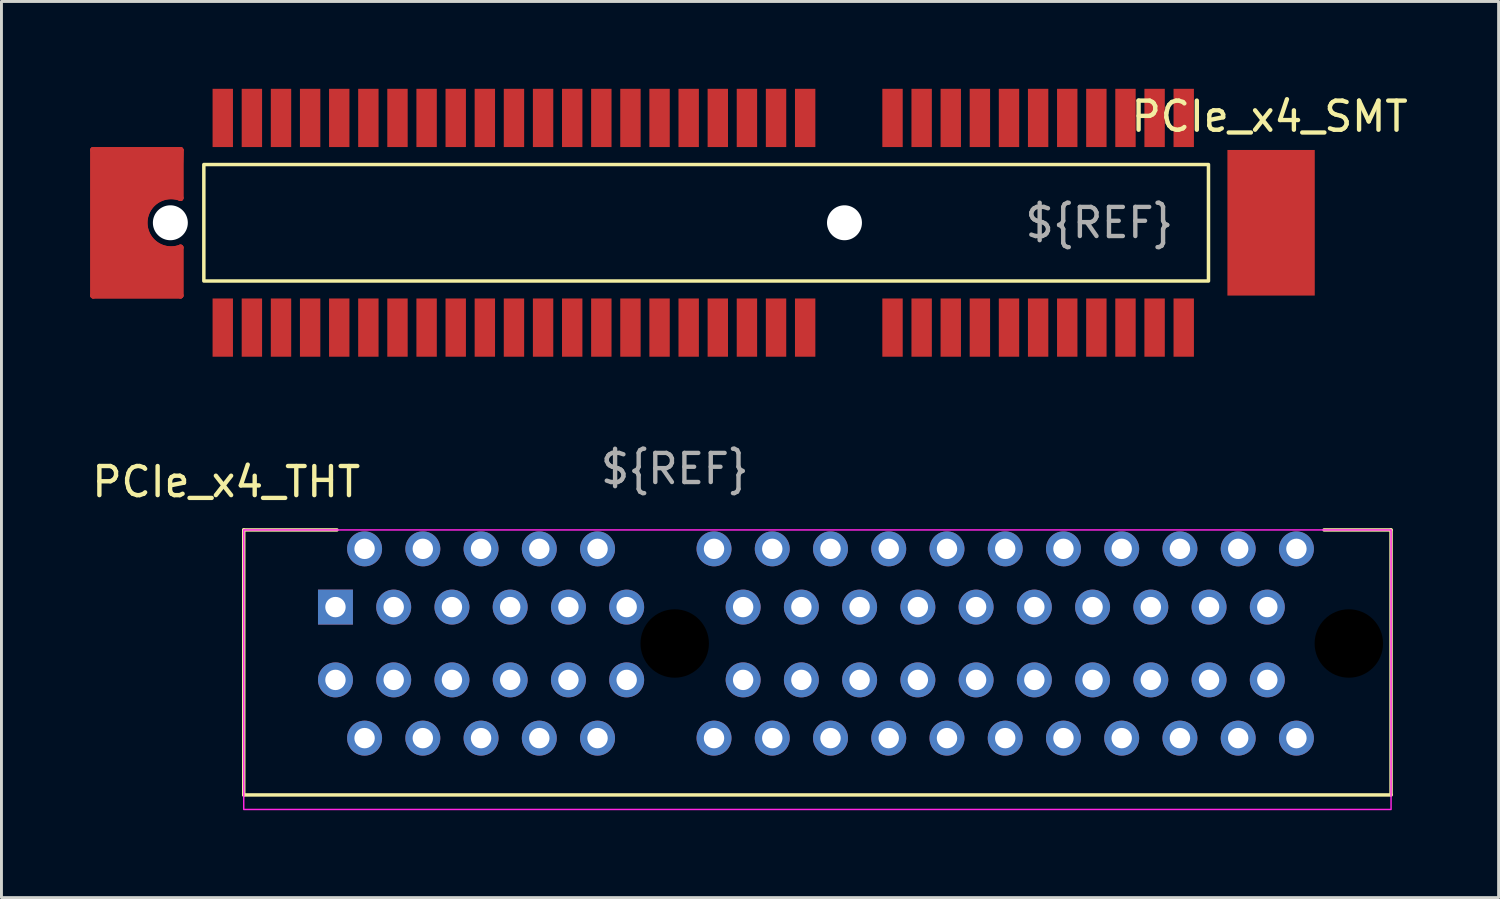
<source format=kicad_pcb>
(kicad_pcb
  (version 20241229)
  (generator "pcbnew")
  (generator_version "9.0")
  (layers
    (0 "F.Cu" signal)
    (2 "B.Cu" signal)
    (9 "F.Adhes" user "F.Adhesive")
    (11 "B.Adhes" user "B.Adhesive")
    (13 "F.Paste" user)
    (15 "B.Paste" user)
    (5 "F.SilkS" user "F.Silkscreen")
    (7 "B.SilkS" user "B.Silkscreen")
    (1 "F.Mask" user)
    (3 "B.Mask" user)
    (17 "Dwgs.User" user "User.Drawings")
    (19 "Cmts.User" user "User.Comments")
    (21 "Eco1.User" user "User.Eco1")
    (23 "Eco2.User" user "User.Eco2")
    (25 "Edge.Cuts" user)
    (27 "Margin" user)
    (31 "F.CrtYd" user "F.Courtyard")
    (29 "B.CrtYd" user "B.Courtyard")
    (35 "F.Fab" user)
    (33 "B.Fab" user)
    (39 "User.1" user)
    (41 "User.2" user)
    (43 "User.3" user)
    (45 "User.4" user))
  (footprint "PCIe_x4_THT"
    (layer "F.Cu")
    (at 20.12 19.048)
    (property "Reference" "PCIe_x4_THT" (at -15.4 -5.55 0) (unlocked yes) (layer "F.SilkS") (effects (font (size 1 1) (thickness 0.15))))
    (fp_line (start -14.8 -3.9) (end -14.8 5.2) (stroke (width 0.12) (type solid)) (layer "F.SilkS"))
    (fp_line (start -14.8 -3.9) (end -11.6 -3.9) (stroke (width 0.12) (type solid)) (layer "F.SilkS"))
    (fp_line (start -14.8 5.2) (end 24.6 5.2) (stroke (width 0.12) (type solid)) (layer "F.SilkS"))
    (fp_line (start 24.6 -3.9) (end 22.3 -3.9) (stroke (width 0.12) (type solid)) (layer "F.SilkS"))
    (fp_line (start 24.6 5.2) (end 24.6 -3.9) (stroke (width 0.12) (type solid)) (layer "F.SilkS"))
    (fp_rect (start -14.8 5.7) (end 24.6 -3.9) (stroke (width 0.05) (type solid)) (fill no) (layer "F.CrtYd"))
    (fp_text user "${REF}" (at 0 -6 0) (unlocked yes) (layer "F.Fab") (effects (font (size 1 1) (thickness 0.15))))
    (pad "" np_thru_hole circle (at 0 0) (size 2.35 2.35) (drill 2.35) (layers "*.Mask"))
    (pad "" np_thru_hole circle (at 23.15 0) (size 2.35 2.35) (drill 2.35) (layers "*.Mask"))
    (pad "A1" thru_hole rect (at -11.65 -1.25) (size 1.2 1.2) (drill 0.7) (layers "*.Cu" "*.Mask"))
    (pad "A2" thru_hole circle (at -10.65 -3.25) (size 1.2 1.2) (drill 0.7) (layers "*.Cu" "*.Mask"))
    (pad "A3" thru_hole circle (at -9.65 -1.25) (size 1.2 1.2) (drill 0.7) (layers "*.Cu" "*.Mask"))
    (pad "A4" thru_hole circle (at -8.65 -3.25) (size 1.2 1.2) (drill 0.7) (layers "*.Cu" "*.Mask"))
    (pad "A5" thru_hole circle (at -7.65 -1.25) (size 1.2 1.2) (drill 0.7) (layers "*.Cu" "*.Mask"))
    (pad "A6" thru_hole circle (at -6.65 -3.25) (size 1.2 1.2) (drill 0.7) (layers "*.Cu" "*.Mask"))
    (pad "A7" thru_hole circle (at -5.65 -1.25) (size 1.2 1.2) (drill 0.7) (layers "*.Cu" "*.Mask"))
    (pad "A8" thru_hole circle (at -4.65 -3.25) (size 1.2 1.2) (drill 0.7) (layers "*.Cu" "*.Mask"))
    (pad "A9" thru_hole circle (at -3.65 -1.25) (size 1.2 1.2) (drill 0.7) (layers "*.Cu" "*.Mask"))
    (pad "A10" thru_hole circle (at -2.65 -3.25) (size 1.2 1.2) (drill 0.7) (layers "*.Cu" "*.Mask"))
    (pad "A11" thru_hole circle (at -1.65 -1.25) (size 1.2 1.2) (drill 0.7) (layers "*.Cu" "*.Mask"))
    (pad "A12" thru_hole circle (at 1.35 -3.25) (size 1.2 1.2) (drill 0.7) (layers "*.Cu" "*.Mask"))
    (pad "A13" thru_hole circle (at 2.35 -1.25) (size 1.2 1.2) (drill 0.7) (layers "*.Cu" "*.Mask"))
    (pad "A14" thru_hole circle (at 3.35 -3.25) (size 1.2 1.2) (drill 0.7) (layers "*.Cu" "*.Mask"))
    (pad "A15" thru_hole circle (at 4.35 -1.25) (size 1.2 1.2) (drill 0.7) (layers "*.Cu" "*.Mask"))
    (pad "A16" thru_hole circle (at 5.35 -3.25) (size 1.2 1.2) (drill 0.7) (layers "*.Cu" "*.Mask"))
    (pad "A17" thru_hole circle (at 6.35 -1.25) (size 1.2 1.2) (drill 0.7) (layers "*.Cu" "*.Mask"))
    (pad "A18" thru_hole circle (at 7.35 -3.25) (size 1.2 1.2) (drill 0.7) (layers "*.Cu" "*.Mask"))
    (pad "A19" thru_hole circle (at 8.35 -1.25) (size 1.2 1.2) (drill 0.7) (layers "*.Cu" "*.Mask"))
    (pad "A20" thru_hole circle (at 9.35 -3.25) (size 1.2 1.2) (drill 0.7) (layers "*.Cu" "*.Mask"))
    (pad "A21" thru_hole circle (at 10.35 -1.25) (size 1.2 1.2) (drill 0.7) (layers "*.Cu" "*.Mask"))
    (pad "A22" thru_hole circle (at 11.35 -3.25) (size 1.2 1.2) (drill 0.7) (layers "*.Cu" "*.Mask"))
    (pad "A23" thru_hole circle (at 12.35 -1.25) (size 1.2 1.2) (drill 0.7) (layers "*.Cu" "*.Mask"))
    (pad "A24" thru_hole circle (at 13.35 -3.25) (size 1.2 1.2) (drill 0.7) (layers "*.Cu" "*.Mask"))
    (pad "A25" thru_hole circle (at 14.35 -1.25) (size 1.2 1.2) (drill 0.7) (layers "*.Cu" "*.Mask"))
    (pad "A26" thru_hole circle (at 15.35 -3.25) (size 1.2 1.2) (drill 0.7) (layers "*.Cu" "*.Mask"))
    (pad "A27" thru_hole circle (at 16.35 -1.25) (size 1.2 1.2) (drill 0.7) (layers "*.Cu" "*.Mask"))
    (pad "A28" thru_hole circle (at 17.35 -3.25) (size 1.2 1.2) (drill 0.7) (layers "*.Cu" "*.Mask"))
    (pad "A29" thru_hole circle (at 18.35 -1.25) (size 1.2 1.2) (drill 0.7) (layers "*.Cu" "*.Mask"))
    (pad "A30" thru_hole circle (at 19.35 -3.25) (size 1.2 1.2) (drill 0.7) (layers "*.Cu" "*.Mask"))
    (pad "A31" thru_hole circle (at 20.35 -1.25) (size 1.2 1.2) (drill 0.7) (layers "*.Cu" "*.Mask"))
    (pad "A32" thru_hole circle (at 21.35 -3.25) (size 1.2 1.2) (drill 0.7) (layers "*.Cu" "*.Mask"))
    (pad "B1" thru_hole circle (at -11.65 1.25) (size 1.2 1.2) (drill 0.7) (layers "*.Cu" "*.Mask"))
    (pad "B2" thru_hole circle (at -10.65 3.25) (size 1.2 1.2) (drill 0.7) (layers "*.Cu" "*.Mask"))
    (pad "B3" thru_hole circle (at -9.65 1.25) (size 1.2 1.2) (drill 0.7) (layers "*.Cu" "*.Mask"))
    (pad "B4" thru_hole circle (at -8.65 3.25) (size 1.2 1.2) (drill 0.7) (layers "*.Cu" "*.Mask"))
    (pad "B5" thru_hole circle (at -7.65 1.25) (size 1.2 1.2) (drill 0.7) (layers "*.Cu" "*.Mask"))
    (pad "B6" thru_hole circle (at -6.65 3.25) (size 1.2 1.2) (drill 0.7) (layers "*.Cu" "*.Mask"))
    (pad "B7" thru_hole circle (at -5.65 1.25) (size 1.2 1.2) (drill 0.7) (layers "*.Cu" "*.Mask"))
    (pad "B8" thru_hole circle (at -4.65 3.25) (size 1.2 1.2) (drill 0.7) (layers "*.Cu" "*.Mask"))
    (pad "B9" thru_hole circle (at -3.65 1.25) (size 1.2 1.2) (drill 0.7) (layers "*.Cu" "*.Mask"))
    (pad "B10" thru_hole circle (at -2.65 3.25) (size 1.2 1.2) (drill 0.7) (layers "*.Cu" "*.Mask"))
    (pad "B11" thru_hole circle (at -1.65 1.25) (size 1.2 1.2) (drill 0.7) (layers "*.Cu" "*.Mask"))
    (pad "B12" thru_hole circle (at 1.35 3.25) (size 1.2 1.2) (drill 0.7) (layers "*.Cu" "*.Mask"))
    (pad "B13" thru_hole circle (at 2.35 1.25) (size 1.2 1.2) (drill 0.7) (layers "*.Cu" "*.Mask"))
    (pad "B14" thru_hole circle (at 3.35 3.25) (size 1.2 1.2) (drill 0.7) (layers "*.Cu" "*.Mask"))
    (pad "B15" thru_hole circle (at 4.35 1.25) (size 1.2 1.2) (drill 0.7) (layers "*.Cu" "*.Mask"))
    (pad "B16" thru_hole circle (at 5.35 3.25) (size 1.2 1.2) (drill 0.7) (layers "*.Cu" "*.Mask"))
    (pad "B17" thru_hole circle (at 6.35 1.25) (size 1.2 1.2) (drill 0.7) (layers "*.Cu" "*.Mask"))
    (pad "B18" thru_hole circle (at 7.35 3.25) (size 1.2 1.2) (drill 0.7) (layers "*.Cu" "*.Mask"))
    (pad "B19" thru_hole circle (at 8.35 1.25) (size 1.2 1.2) (drill 0.7) (layers "*.Cu" "*.Mask"))
    (pad "B20" thru_hole circle (at 9.35 3.25) (size 1.2 1.2) (drill 0.7) (layers "*.Cu" "*.Mask"))
    (pad "B21" thru_hole circle (at 10.35 1.25) (size 1.2 1.2) (drill 0.7) (layers "*.Cu" "*.Mask"))
    (pad "B22" thru_hole circle (at 11.35 3.25) (size 1.2 1.2) (drill 0.7) (layers "*.Cu" "*.Mask"))
    (pad "B23" thru_hole circle (at 12.35 1.25) (size 1.2 1.2) (drill 0.7) (layers "*.Cu" "*.Mask"))
    (pad "B24" thru_hole circle (at 13.35 3.25) (size 1.2 1.2) (drill 0.7) (layers "*.Cu" "*.Mask"))
    (pad "B25" thru_hole circle (at 14.35 1.25) (size 1.2 1.2) (drill 0.7) (layers "*.Cu" "*.Mask"))
    (pad "B26" thru_hole circle (at 15.35 3.25) (size 1.2 1.2) (drill 0.7) (layers "*.Cu" "*.Mask"))
    (pad "B27" thru_hole circle (at 16.35 1.25) (size 1.2 1.2) (drill 0.7) (layers "*.Cu" "*.Mask"))
    (pad "B28" thru_hole circle (at 17.35 3.25) (size 1.2 1.2) (drill 0.7) (layers "*.Cu" "*.Mask"))
    (pad "B29" thru_hole circle (at 18.35 1.25) (size 1.2 1.2) (drill 0.7) (layers "*.Cu" "*.Mask"))
    (pad "B30" thru_hole circle (at 19.35 3.25) (size 1.2 1.2) (drill 0.7) (layers "*.Cu" "*.Mask"))
    (pad "B31" thru_hole circle (at 20.35 1.25) (size 1.2 1.2) (drill 0.7) (layers "*.Cu" "*.Mask"))
    (pad "B32" thru_hole circle (at 21.35 3.25) (size 1.2 1.2) (drill 0.7) (layers "*.Cu" "*.Mask")))
  (footprint "PCIe_x4_SMT"
    (layer "F.Cu")
    (at 25.95 4.6)
    (property "Reference" "PCIe_x4_SMT" (at 14.6 -3.65 0) (unlocked yes) (layer "F.SilkS") (effects (font (size 1 1) (thickness 0.15))))
    (fp_line (start -25.8 -2.5) (end -22.8 -2.5) (stroke (width 0.2) (type solid)) (layer "F.Cu"))
    (fp_line (start -25.8 -2.5) (end -22.8 -2.5) (stroke (width 0.2) (type solid)) (layer "F.Cu"))
    (fp_line (start -25.8 2.5) (end -25.8 -2.5) (stroke (width 0.2) (type solid)) (layer "F.Cu"))
    (fp_line (start -25.8 2.5) (end -25.8 -2.5) (stroke (width 0.2) (type solid)) (layer "F.Cu"))
    (fp_line (start -22.8 -2.5) (end -22.8 -0.85) (stroke (width 0.2) (type solid)) (layer "F.Cu"))
    (fp_line (start -22.8 -2.5) (end -22.8 -0.85) (stroke (width 0.2) (type solid)) (layer "F.Cu"))
    (fp_line (start -22.8 0.85) (end -22.8 2.5) (stroke (width 0.2) (type solid)) (layer "F.Cu"))
    (fp_line (start -22.8 0.85) (end -22.8 2.5) (stroke (width 0.2) (type solid)) (layer "F.Cu"))
    (fp_line (start -22.8 2.5) (end -25.8 2.5) (stroke (width 0.2) (type solid)) (layer "F.Cu"))
    (fp_line (start -22.8 2.5) (end -25.8 2.5) (stroke (width 0.2) (type solid)) (layer "F.Cu"))
    (fp_arc (start -22.800001 0.849997) (mid -24.034446 -0.000001) (end -22.8 -0.849999) (stroke (width 0.2) (type solid)) (layer "F.Cu"))
    (fp_arc (start -22.800001 0.849997) (mid -24.034446 -0.000001) (end -22.8 -0.849999) (stroke (width 0.2) (type solid)) (layer "F.Cu"))
    (fp_poly (pts (xy -22.8 -0.85) (xy -23.25 -0.95) (xy -23.898 -0.61) (xy -24.072 0.258) (xy -23.573 0.918) (xy -22.799 0.9) (xy -22.8 2.45) (xy -25.8 2.5) (xy -25.75 -2.5) (xy -22.75 -2.5)) (stroke (width 0.1) (type solid)) (fill yes) (layer "F.Cu"))
    (fp_poly (pts (xy -22.8 -0.85) (xy -23.25 -0.95) (xy -23.898 -0.61) (xy -24.072 0.258) (xy -23.573 0.918) (xy -22.799 0.9) (xy -22.8 2.45) (xy -25.8 2.5) (xy -25.75 -2.5) (xy -22.75 -2.5)) (stroke (width 0.1) (type solid)) (fill yes) (layer "F.Cu"))
    (fp_line (start -25.8 -2.5) (end -22.8 -2.5) (stroke (width 0.2) (type solid)) (layer "F.Mask"))
    (fp_line (start -25.8 2.5) (end -25.8 -2.5) (stroke (width 0.2) (type solid)) (layer "F.Mask"))
    (fp_line (start -22.8 -2.5) (end -22.8 -0.85) (stroke (width 0.2) (type solid)) (layer "F.Mask"))
    (fp_line (start -22.8 0.85) (end -22.8 2.5) (stroke (width 0.2) (type solid)) (layer "F.Mask"))
    (fp_line (start -22.8 2.5) (end -25.8 2.5) (stroke (width 0.2) (type solid)) (layer "F.Mask"))
    (fp_arc (start -22.799999 0.849995) (mid -24.034444 -0.000002) (end -22.8 -0.849999) (stroke (width 0.2) (type solid)) (layer "F.Mask"))
    (fp_poly (pts (xy -22.877 -0.868) (xy -23.327 -0.968) (xy -23.975 -0.628) (xy -24.149 0.24) (xy -23.65 0.9) (xy -22.876 0.882) (xy -22.877 2.432) (xy -25.8 2.48) (xy -25.827 -2.518) (xy -22.827 -2.518)) (stroke (width 0.1) (type solid)) (fill yes) (layer "F.Mask"))
    (fp_rect (start -22 -2) (end 12.5 2) (stroke (width 0.12) (type solid)) (fill no) (layer "F.SilkS"))
    (fp_line (start -25.85 -2.5) (end -22.85 -2.5) (stroke (width 0.2) (type solid)) (layer "F.Paste"))
    (fp_line (start -25.85 2.5) (end -25.85 -2.5) (stroke (width 0.2) (type solid)) (layer "F.Paste"))
    (fp_line (start -22.85 -2.5) (end -22.85 -0.85) (stroke (width 0.2) (type solid)) (layer "F.Paste"))
    (fp_line (start -22.85 0.85) (end -22.85 2.5) (stroke (width 0.2) (type solid)) (layer "F.Paste"))
    (fp_line (start -22.85 2.5) (end -25.85 2.5) (stroke (width 0.2) (type solid)) (layer "F.Paste"))
    (fp_arc (start -22.849999 0.849995) (mid -24.084444 -0.000002) (end -22.85 -0.849999) (stroke (width 0.2) (type solid)) (layer "F.Paste"))
    (fp_poly (pts (xy -22.878 -0.858) (xy -23.328 -0.958) (xy -23.976 -0.618) (xy -24.15 0.25) (xy -23.651 0.91) (xy -22.877 0.892) (xy -22.878 2.442) (xy -25.878 2.492) (xy -25.828 -2.508) (xy -22.828 -2.508)) (stroke (width 0.1) (type solid)) (fill yes) (layer "F.Paste"))
    (fp_text user "${REF}" (at 8.75 0 0) (unlocked yes) (layer "F.Fab") (effects (font (size 1 1) (thickness 0.15))))
    (pad "" np_thru_hole circle (at -23.15 0) (size 1.2 1.2) (drill 1.2) (layers "*.Cu" "*.Mask"))
    (pad "" np_thru_hole circle (at 0 0) (size 1.2 1.2) (drill 1.2) (layers "*.Cu" "*.Mask"))
    (pad "" smd rect (at 14.65 0) (size 3 5) (layers "F.Cu" "F.Mask" "F.Paste"))
    (pad "A1" smd rect (at 11.65 3.6) (size 0.7 2) (layers "F.Cu" "F.Mask" "F.Paste"))
    (pad "A2" smd rect (at 10.65 3.6) (size 0.7 2) (layers "F.Cu" "F.Mask" "F.Paste"))
    (pad "A3" smd rect (at 9.65 3.6) (size 0.7 2) (layers "F.Cu" "F.Mask" "F.Paste"))
    (pad "A4" smd rect (at 8.65 3.6) (size 0.7 2) (layers "F.Cu" "F.Mask" "F.Paste"))
    (pad "A5" smd rect (at 7.65 3.6) (size 0.7 2) (layers "F.Cu" "F.Mask" "F.Paste"))
    (pad "A6" smd rect (at 6.65 3.6) (size 0.7 2) (layers "F.Cu" "F.Mask" "F.Paste"))
    (pad "A7" smd rect (at 5.65 3.6) (size 0.7 2) (layers "F.Cu" "F.Mask" "F.Paste"))
    (pad "A8" smd rect (at 4.65 3.6) (size 0.7 2) (layers "F.Cu" "F.Mask" "F.Paste"))
    (pad "A9" smd rect (at 3.65 3.6) (size 0.7 2) (layers "F.Cu" "F.Mask" "F.Paste"))
    (pad "A10" smd rect (at 2.65 3.6) (size 0.7 2) (layers "F.Cu" "F.Mask" "F.Paste"))
    (pad "A11" smd rect (at 1.65 3.6) (size 0.7 2) (layers "F.Cu" "F.Mask" "F.Paste"))
    (pad "A12" smd rect (at -1.35 3.6) (size 0.7 2) (layers "F.Cu" "F.Mask" "F.Paste"))
    (pad "A13" smd rect (at -2.35 3.6) (size 0.7 2) (layers "F.Cu" "F.Mask" "F.Paste"))
    (pad "A14" smd rect (at -3.35 3.6) (size 0.7 2) (layers "F.Cu" "F.Mask" "F.Paste"))
    (pad "A15" smd rect (at -4.35 3.6) (size 0.7 2) (layers "F.Cu" "F.Mask" "F.Paste"))
    (pad "A16" smd rect (at -5.35 3.6) (size 0.7 2) (layers "F.Cu" "F.Mask" "F.Paste"))
    (pad "A17" smd rect (at -6.35 3.6) (size 0.7 2) (layers "F.Cu" "F.Mask" "F.Paste"))
    (pad "A18" smd rect (at -7.35 3.6) (size 0.7 2) (layers "F.Cu" "F.Mask" "F.Paste"))
    (pad "A19" smd rect (at -8.35 3.6) (size 0.7 2) (layers "F.Cu" "F.Mask" "F.Paste"))
    (pad "A20" smd rect (at -9.35 3.6) (size 0.7 2) (layers "F.Cu" "F.Mask" "F.Paste"))
    (pad "A21" smd rect (at -10.35 3.6) (size 0.7 2) (layers "F.Cu" "F.Mask" "F.Paste"))
    (pad "A22" smd rect (at -11.35 3.6) (size 0.7 2) (layers "F.Cu" "F.Mask" "F.Paste"))
    (pad "A23" smd rect (at -12.35 3.6) (size 0.7 2) (layers "F.Cu" "F.Mask" "F.Paste"))
    (pad "A24" smd rect (at -13.35 3.6) (size 0.7 2) (layers "F.Cu" "F.Mask" "F.Paste"))
    (pad "A25" smd rect (at -14.35 3.6) (size 0.7 2) (layers "F.Cu" "F.Mask" "F.Paste"))
    (pad "A26" smd rect (at -15.35 3.6) (size 0.7 2) (layers "F.Cu" "F.Mask" "F.Paste"))
    (pad "A27" smd rect (at -16.35 3.6) (size 0.7 2) (layers "F.Cu" "F.Mask" "F.Paste"))
    (pad "A28" smd rect (at -17.35 3.6) (size 0.7 2) (layers "F.Cu" "F.Mask" "F.Paste"))
    (pad "A29" smd rect (at -18.35 3.6) (size 0.7 2) (layers "F.Cu" "F.Mask" "F.Paste"))
    (pad "A30" smd rect (at -19.35 3.6) (size 0.7 2) (layers "F.Cu" "F.Mask" "F.Paste"))
    (pad "A31" smd rect (at -20.35 3.6) (size 0.7 2) (layers "F.Cu" "F.Mask" "F.Paste"))
    (pad "A32" smd rect (at -21.35 3.6) (size 0.7 2) (layers "F.Cu" "F.Mask" "F.Paste"))
    (pad "B1" smd rect (at 11.65 -3.6) (size 0.7 2) (layers "F.Cu" "F.Mask" "F.Paste"))
    (pad "B2" smd rect (at 10.65 -3.6) (size 0.7 2) (layers "F.Cu" "F.Mask" "F.Paste"))
    (pad "B3" smd rect (at 9.65 -3.6) (size 0.7 2) (layers "F.Cu" "F.Mask" "F.Paste"))
    (pad "B4" smd rect (at 8.65 -3.6) (size 0.7 2) (layers "F.Cu" "F.Mask" "F.Paste"))
    (pad "B5" smd rect (at 7.65 -3.6) (size 0.7 2) (layers "F.Cu" "F.Mask" "F.Paste"))
    (pad "B6" smd rect (at 6.65 -3.6) (size 0.7 2) (layers "F.Cu" "F.Mask" "F.Paste"))
    (pad "B7" smd rect (at 5.65 -3.6) (size 0.7 2) (layers "F.Cu" "F.Mask" "F.Paste"))
    (pad "B8" smd rect (at 4.65 -3.6) (size 0.7 2) (layers "F.Cu" "F.Mask" "F.Paste"))
    (pad "B9" smd rect (at 3.65 -3.6) (size 0.7 2) (layers "F.Cu" "F.Mask" "F.Paste"))
    (pad "B10" smd rect (at 2.65 -3.6) (size 0.7 2) (layers "F.Cu" "F.Mask" "F.Paste"))
    (pad "B11" smd rect (at 1.65 -3.6) (size 0.7 2) (layers "F.Cu" "F.Mask" "F.Paste"))
    (pad "B12" smd rect (at -1.35 -3.6) (size 0.7 2) (layers "F.Cu" "F.Mask" "F.Paste"))
    (pad "B13" smd rect (at -2.35 -3.6) (size 0.7 2) (layers "F.Cu" "F.Mask" "F.Paste"))
    (pad "B14" smd rect (at -3.35 -3.6) (size 0.7 2) (layers "F.Cu" "F.Mask" "F.Paste"))
    (pad "B15" smd rect (at -4.35 -3.6) (size 0.7 2) (layers "F.Cu" "F.Mask" "F.Paste"))
    (pad "B16" smd rect (at -5.35 -3.6) (size 0.7 2) (layers "F.Cu" "F.Mask" "F.Paste"))
    (pad "B17" smd rect (at -6.35 -3.6) (size 0.7 2) (layers "F.Cu" "F.Mask" "F.Paste"))
    (pad "B18" smd rect (at -7.35 -3.6) (size 0.7 2) (layers "F.Cu" "F.Mask" "F.Paste"))
    (pad "B19" smd rect (at -8.35 -3.6) (size 0.7 2) (layers "F.Cu" "F.Mask" "F.Paste"))
    (pad "B20" smd rect (at -9.35 -3.6) (size 0.7 2) (layers "F.Cu" "F.Mask" "F.Paste"))
    (pad "B21" smd rect (at -10.35 -3.6) (size 0.7 2) (layers "F.Cu" "F.Mask" "F.Paste"))
    (pad "B22" smd rect (at -11.35 -3.6) (size 0.7 2) (layers "F.Cu" "F.Mask" "F.Paste"))
    (pad "B23" smd rect (at -12.35 -3.6) (size 0.7 2) (layers "F.Cu" "F.Mask" "F.Paste"))
    (pad "B24" smd rect (at -13.35 -3.6) (size 0.7 2) (layers "F.Cu" "F.Mask" "F.Paste"))
    (pad "B25" smd rect (at -14.35 -3.6) (size 0.7 2) (layers "F.Cu" "F.Mask" "F.Paste"))
    (pad "B26" smd rect (at -15.35 -3.6) (size 0.7 2) (layers "F.Cu" "F.Mask" "F.Paste"))
    (pad "B27" smd rect (at -16.35 -3.6) (size 0.7 2) (layers "F.Cu" "F.Mask" "F.Paste"))
    (pad "B28" smd rect (at -17.35 -3.6) (size 0.7 2) (layers "F.Cu" "F.Mask" "F.Paste"))
    (pad "B29" smd rect (at -18.35 -3.6) (size 0.7 2) (layers "F.Cu" "F.Mask" "F.Paste"))
    (pad "B30" smd rect (at -19.35 -3.6) (size 0.7 2) (layers "F.Cu" "F.Mask" "F.Paste"))
    (pad "B31" smd rect (at -20.35 -3.6) (size 0.7 2) (layers "F.Cu" "F.Mask" "F.Paste"))
    (pad "B32" smd rect (at -21.35 -3.6) (size 0.7 2) (layers "F.Cu" "F.Mask" "F.Paste")))
  (gr_rect
    (start -3 -3)
    (end 48.413 27.773)
    (stroke (width 0.1) (type default))
    (fill no)
    (layer "Edge.Cuts")))
</source>
